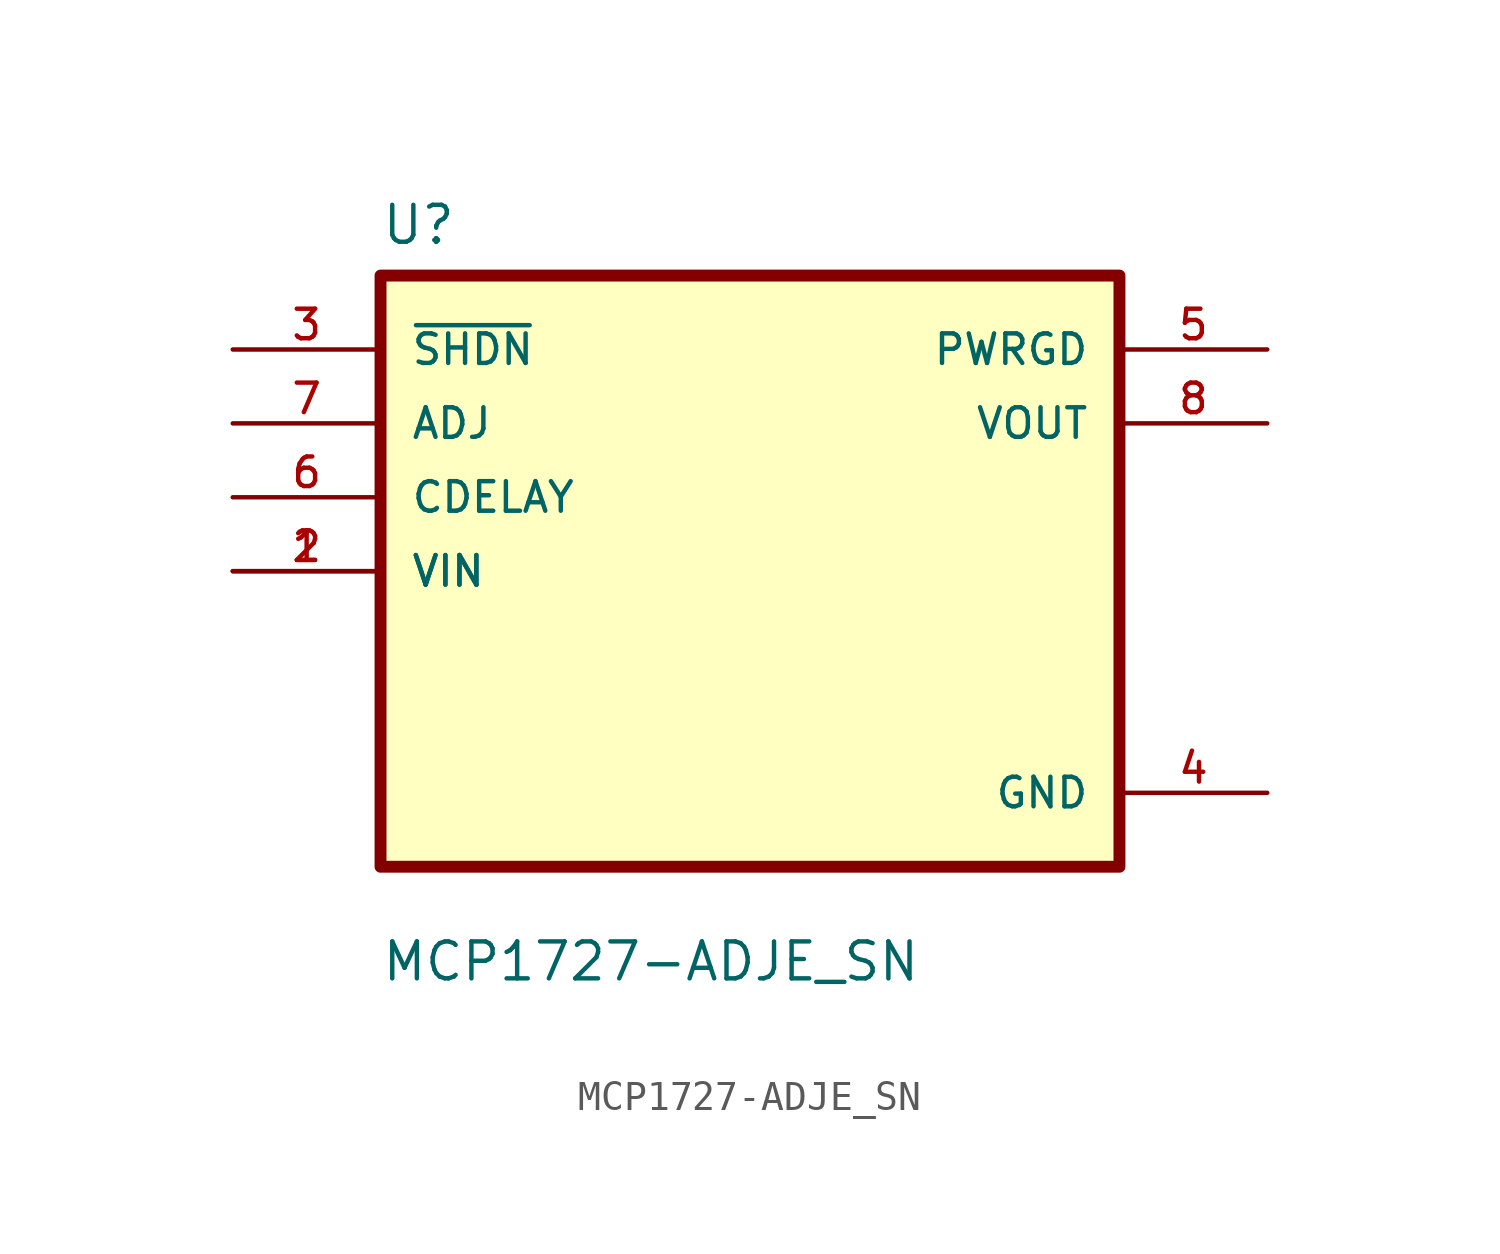
<source format=kicad_sym>
(kicad_symbol_lib
  (version 20211014)
  (generator kicad_symbol_editor)
  (symbol "MCP1727-ADJE_SN"
    (pin_names
      (offset 1.016))
    (property "Reference" "U"
      (at -12.7 11.16 0.0)
      (effects (font (size 1.27 1.27)) (justify bottom left)))
    (property "Value" "MCP1727-ADJE_SN"
      (at -12.7 -14.16 0.0)
      (effects (font (size 1.27 1.27)) (justify bottom left)))
    (symbol "MCP1727-ADJE_SN_0_0"
      (rectangle (start -12.7 -10.16) (end 12.7 10.16) (stroke (width 0.41)) (fill (type background)))
      (pin input line (at -17.78 7.62 0) (length 5.08) (name "~{SHDN}" (effects (font (size 1.016 1.016)))) (number "3" (effects (font (size 1.016 1.016)))))
      (pin input line (at -17.78 5.08 0) (length 5.08) (name "ADJ" (effects (font (size 1.016 1.016)))) (number "7" (effects (font (size 1.016 1.016)))))
      (pin input line (at -17.78 2.54 0) (length 5.08) (name "CDELAY" (effects (font (size 1.016 1.016)))) (number "6" (effects (font (size 1.016 1.016)))))
      (pin input line (at -17.78 0.0 0) (length 5.08) (name "VIN" (effects (font (size 1.016 1.016)))) (number "1" (effects (font (size 1.016 1.016)))))
      (pin input line (at -17.78 0.0 0) (length 5.08) (name "VIN" (effects (font (size 1.016 1.016)))) (number "2" (effects (font (size 1.016 1.016)))))
      (pin output line (at 17.78 7.62 180.0) (length 5.08) (name "PWRGD" (effects (font (size 1.016 1.016)))) (number "5" (effects (font (size 1.016 1.016)))))
      (pin output line (at 17.78 5.08 180.0) (length 5.08) (name "VOUT" (effects (font (size 1.016 1.016)))) (number "8" (effects (font (size 1.016 1.016)))))
      (pin power_in line (at 17.78 -7.62 180.0) (length 5.08) (name "GND" (effects (font (size 1.016 1.016)))) (number "4" (effects (font (size 1.016 1.016))))))))
</source>
